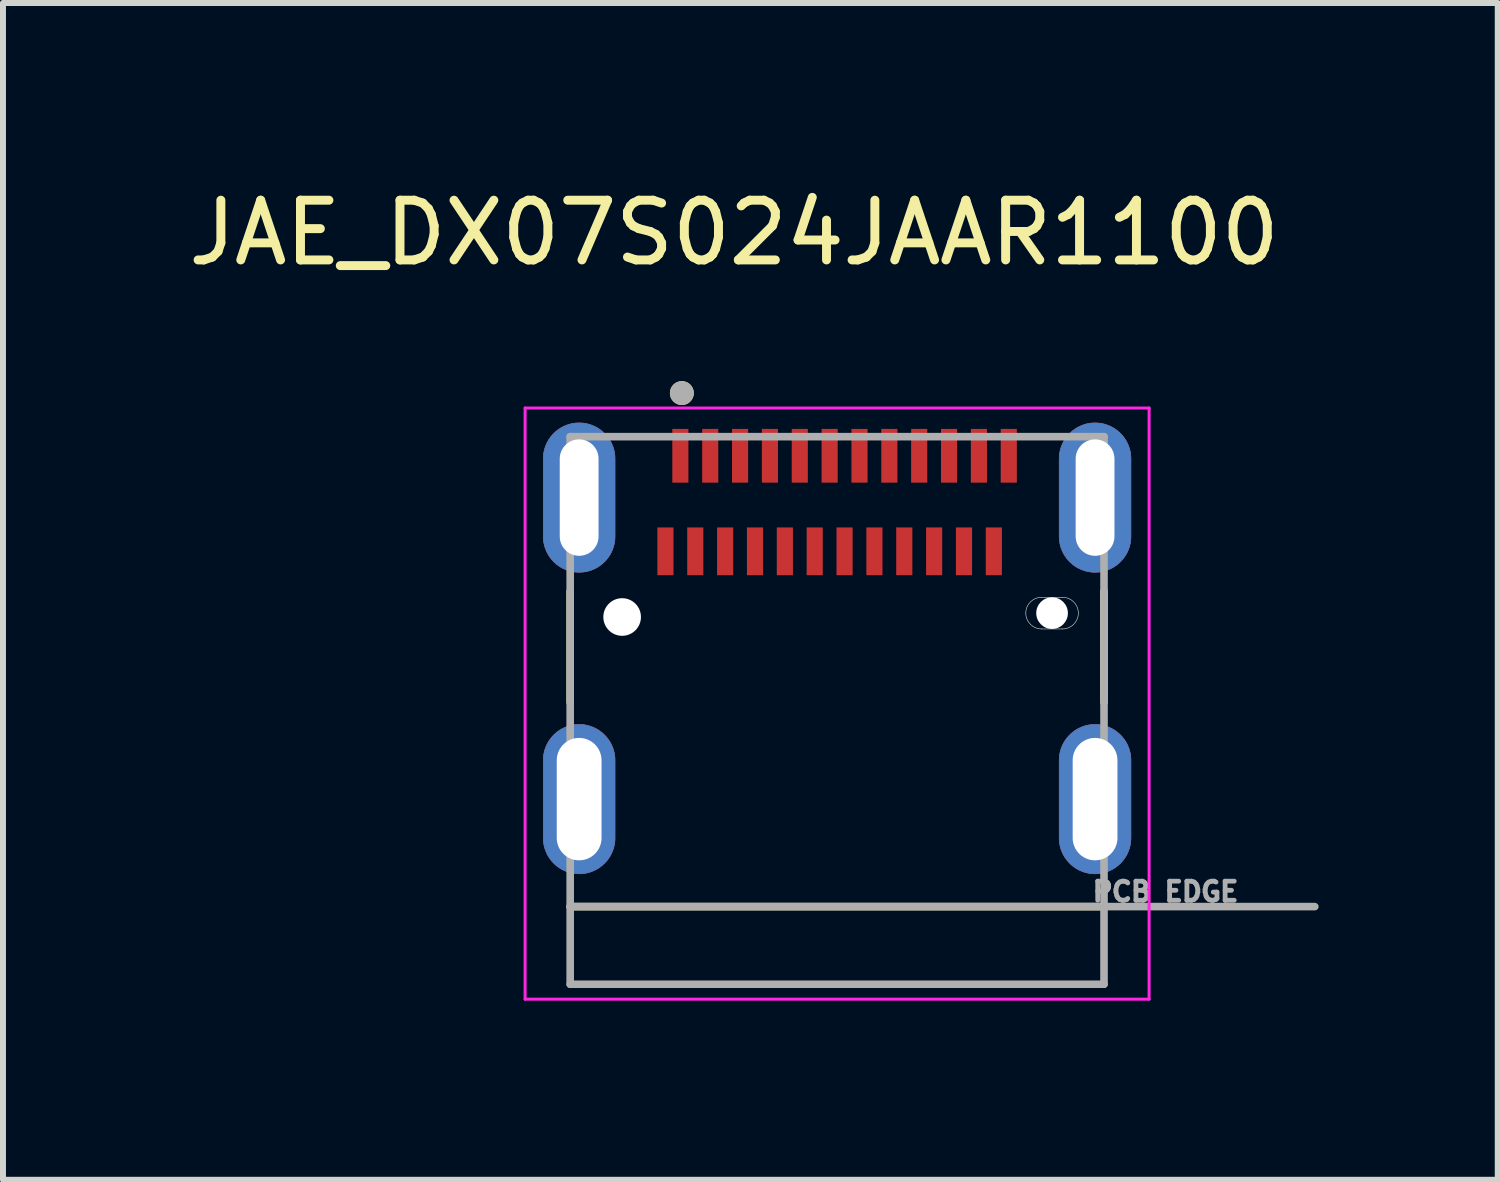
<source format=kicad_pcb>
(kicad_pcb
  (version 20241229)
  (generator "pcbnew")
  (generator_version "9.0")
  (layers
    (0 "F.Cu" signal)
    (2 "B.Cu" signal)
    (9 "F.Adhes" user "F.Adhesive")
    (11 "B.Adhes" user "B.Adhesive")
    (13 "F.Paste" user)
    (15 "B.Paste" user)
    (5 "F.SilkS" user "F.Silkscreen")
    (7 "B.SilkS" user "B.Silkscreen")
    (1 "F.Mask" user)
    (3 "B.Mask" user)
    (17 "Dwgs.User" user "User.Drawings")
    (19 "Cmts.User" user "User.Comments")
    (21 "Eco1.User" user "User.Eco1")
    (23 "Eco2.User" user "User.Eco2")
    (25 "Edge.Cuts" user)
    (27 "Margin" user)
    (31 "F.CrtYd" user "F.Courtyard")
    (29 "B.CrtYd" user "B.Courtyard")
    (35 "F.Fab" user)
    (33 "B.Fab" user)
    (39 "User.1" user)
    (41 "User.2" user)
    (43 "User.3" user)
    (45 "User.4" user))
  (footprint "JAE_DX07S024JAAR1100"
    (layer "F.Cu")
    (at 10.879 7.283)
    (property "Reference" "JAE_DX07S024JAAR1100" (at -1.635 -6.435 0) (layer "F.SilkS") (effects (font (size 1 1) (thickness 0.15))))
    (attr smd)
    (fp_poly (pts (xy -4.23 -3.25) (xy -4.199 -3.249) (xy -4.167 -3.247) (xy -4.136 -3.243) (xy -4.105 -3.237) (xy -4.075 -3.23) (xy -4.045 -3.221) (xy -4.015 -3.21) (xy -3.986 -3.198) (xy -3.958 -3.185) (xy -3.93 -3.17) (xy -3.903 -3.153) (xy -3.877 -3.135) (xy -3.852 -3.116) (xy -3.829 -3.096) (xy -3.806 -3.074) (xy -3.784 -3.051) (xy -3.764 -3.028) (xy -3.745 -3.003) (xy -3.727 -2.977) (xy -3.71 -2.95) (xy -3.695 -2.922) (xy -3.682 -2.894) (xy -3.67 -2.865) (xy -3.659 -2.835) (xy -3.65 -2.805) (xy -3.643 -2.775) (xy -3.637 -2.744) (xy -3.633 -2.713) (xy -3.631 -2.681) (xy -3.63 -2.65) (xy -3.63 -1.35) (xy -3.631 -1.319) (xy -3.633 -1.287) (xy -3.637 -1.256) (xy -3.643 -1.225) (xy -3.65 -1.195) (xy -3.659 -1.165) (xy -3.67 -1.135) (xy -3.682 -1.106) (xy -3.695 -1.078) (xy -3.71 -1.05) (xy -3.727 -1.023) (xy -3.745 -0.997) (xy -3.764 -0.972) (xy -3.784 -0.949) (xy -3.806 -0.926) (xy -3.829 -0.904) (xy -3.852 -0.884) (xy -3.877 -0.865) (xy -3.903 -0.847) (xy -3.93 -0.83) (xy -3.958 -0.815) (xy -3.986 -0.802) (xy -4.015 -0.79) (xy -4.045 -0.779) (xy -4.075 -0.77) (xy -4.105 -0.763) (xy -4.136 -0.757) (xy -4.167 -0.753) (xy -4.199 -0.751) (xy -4.23 -0.75) (xy -4.261 -0.751) (xy -4.293 -0.753) (xy -4.324 -0.757) (xy -4.355 -0.763) (xy -4.385 -0.77) (xy -4.415 -0.779) (xy -4.445 -0.79) (xy -4.474 -0.802) (xy -4.502 -0.815) (xy -4.53 -0.83) (xy -4.557 -0.847) (xy -4.583 -0.865) (xy -4.608 -0.884) (xy -4.631 -0.904) (xy -4.654 -0.926) (xy -4.676 -0.949) (xy -4.696 -0.972) (xy -4.715 -0.997) (xy -4.733 -1.023) (xy -4.75 -1.05) (xy -4.765 -1.078) (xy -4.778 -1.106) (xy -4.79 -1.135) (xy -4.801 -1.165) (xy -4.81 -1.195) (xy -4.817 -1.225) (xy -4.823 -1.256) (xy -4.827 -1.287) (xy -4.829 -1.319) (xy -4.83 -1.35) (xy -4.83 -2.65) (xy -4.829 -2.681) (xy -4.827 -2.713) (xy -4.823 -2.744) (xy -4.817 -2.775) (xy -4.81 -2.805) (xy -4.801 -2.835) (xy -4.79 -2.865) (xy -4.778 -2.894) (xy -4.765 -2.922) (xy -4.75 -2.95) (xy -4.733 -2.977) (xy -4.715 -3.003) (xy -4.696 -3.028) (xy -4.676 -3.051) (xy -4.654 -3.074) (xy -4.631 -3.096) (xy -4.608 -3.116) (xy -4.583 -3.135) (xy -4.557 -3.153) (xy -4.53 -3.17) (xy -4.502 -3.185) (xy -4.474 -3.198) (xy -4.445 -3.21) (xy -4.415 -3.221) (xy -4.385 -3.23) (xy -4.355 -3.237) (xy -4.324 -3.243) (xy -4.293 -3.247) (xy -4.261 -3.249) (xy -4.23 -3.25)) (stroke (width 0.01) (type solid)) (fill yes) (layer "F.Cu"))
    (fp_poly (pts (xy -4.23 1.8) (xy -4.199 1.801) (xy -4.167 1.803) (xy -4.136 1.807) (xy -4.105 1.813) (xy -4.075 1.82) (xy -4.045 1.829) (xy -4.015 1.84) (xy -3.986 1.852) (xy -3.958 1.865) (xy -3.93 1.88) (xy -3.903 1.897) (xy -3.877 1.915) (xy -3.852 1.934) (xy -3.829 1.954) (xy -3.806 1.976) (xy -3.784 1.999) (xy -3.764 2.022) (xy -3.745 2.047) (xy -3.727 2.073) (xy -3.71 2.1) (xy -3.695 2.128) (xy -3.682 2.156) (xy -3.67 2.185) (xy -3.659 2.215) (xy -3.65 2.245) (xy -3.643 2.275) (xy -3.637 2.306) (xy -3.633 2.337) (xy -3.631 2.369) (xy -3.63 2.4) (xy -3.63 3.7) (xy -3.631 3.731) (xy -3.633 3.763) (xy -3.637 3.794) (xy -3.643 3.825) (xy -3.65 3.855) (xy -3.659 3.885) (xy -3.67 3.915) (xy -3.682 3.944) (xy -3.695 3.972) (xy -3.71 4) (xy -3.727 4.027) (xy -3.745 4.053) (xy -3.764 4.078) (xy -3.784 4.101) (xy -3.806 4.124) (xy -3.829 4.146) (xy -3.852 4.166) (xy -3.877 4.185) (xy -3.903 4.203) (xy -3.93 4.22) (xy -3.958 4.235) (xy -3.986 4.248) (xy -4.015 4.26) (xy -4.045 4.271) (xy -4.075 4.28) (xy -4.105 4.287) (xy -4.136 4.293) (xy -4.167 4.297) (xy -4.199 4.299) (xy -4.23 4.3) (xy -4.261 4.299) (xy -4.293 4.297) (xy -4.324 4.293) (xy -4.355 4.287) (xy -4.385 4.28) (xy -4.415 4.271) (xy -4.445 4.26) (xy -4.474 4.248) (xy -4.502 4.235) (xy -4.53 4.22) (xy -4.557 4.203) (xy -4.583 4.185) (xy -4.608 4.166) (xy -4.631 4.146) (xy -4.654 4.124) (xy -4.676 4.101) (xy -4.696 4.078) (xy -4.715 4.053) (xy -4.733 4.027) (xy -4.75 4) (xy -4.765 3.972) (xy -4.778 3.944) (xy -4.79 3.915) (xy -4.801 3.885) (xy -4.81 3.855) (xy -4.817 3.825) (xy -4.823 3.794) (xy -4.827 3.763) (xy -4.829 3.731) (xy -4.83 3.7) (xy -4.83 2.4) (xy -4.829 2.369) (xy -4.827 2.337) (xy -4.823 2.306) (xy -4.817 2.275) (xy -4.81 2.245) (xy -4.801 2.215) (xy -4.79 2.185) (xy -4.778 2.156) (xy -4.765 2.128) (xy -4.75 2.1) (xy -4.733 2.073) (xy -4.715 2.047) (xy -4.696 2.022) (xy -4.676 1.999) (xy -4.654 1.976) (xy -4.631 1.954) (xy -4.608 1.934) (xy -4.583 1.915) (xy -4.557 1.897) (xy -4.53 1.88) (xy -4.502 1.865) (xy -4.474 1.852) (xy -4.445 1.84) (xy -4.415 1.829) (xy -4.385 1.82) (xy -4.355 1.813) (xy -4.324 1.807) (xy -4.293 1.803) (xy -4.261 1.801) (xy -4.23 1.8)) (stroke (width 0.01) (type solid)) (fill yes) (layer "F.Cu"))
    (fp_poly (pts (xy 4.41 -3.25) (xy 4.441 -3.249) (xy 4.473 -3.247) (xy 4.504 -3.243) (xy 4.535 -3.237) (xy 4.565 -3.23) (xy 4.595 -3.221) (xy 4.625 -3.21) (xy 4.654 -3.198) (xy 4.682 -3.185) (xy 4.71 -3.17) (xy 4.737 -3.153) (xy 4.763 -3.135) (xy 4.788 -3.116) (xy 4.811 -3.096) (xy 4.834 -3.074) (xy 4.856 -3.051) (xy 4.876 -3.028) (xy 4.895 -3.003) (xy 4.913 -2.977) (xy 4.93 -2.95) (xy 4.945 -2.922) (xy 4.958 -2.894) (xy 4.97 -2.865) (xy 4.981 -2.835) (xy 4.99 -2.805) (xy 4.997 -2.775) (xy 5.003 -2.744) (xy 5.007 -2.713) (xy 5.009 -2.681) (xy 5.01 -2.65) (xy 5.01 -1.35) (xy 5.009 -1.319) (xy 5.007 -1.287) (xy 5.003 -1.256) (xy 4.997 -1.225) (xy 4.99 -1.195) (xy 4.981 -1.165) (xy 4.97 -1.135) (xy 4.958 -1.106) (xy 4.945 -1.078) (xy 4.93 -1.05) (xy 4.913 -1.023) (xy 4.895 -0.997) (xy 4.876 -0.972) (xy 4.856 -0.949) (xy 4.834 -0.926) (xy 4.811 -0.904) (xy 4.788 -0.884) (xy 4.763 -0.865) (xy 4.737 -0.847) (xy 4.71 -0.83) (xy 4.682 -0.815) (xy 4.654 -0.802) (xy 4.625 -0.79) (xy 4.595 -0.779) (xy 4.565 -0.77) (xy 4.535 -0.763) (xy 4.504 -0.757) (xy 4.473 -0.753) (xy 4.441 -0.751) (xy 4.41 -0.75) (xy 4.379 -0.751) (xy 4.347 -0.753) (xy 4.316 -0.757) (xy 4.285 -0.763) (xy 4.255 -0.77) (xy 4.225 -0.779) (xy 4.195 -0.79) (xy 4.166 -0.802) (xy 4.138 -0.815) (xy 4.11 -0.83) (xy 4.083 -0.847) (xy 4.057 -0.865) (xy 4.032 -0.884) (xy 4.009 -0.904) (xy 3.986 -0.926) (xy 3.964 -0.949) (xy 3.944 -0.972) (xy 3.925 -0.997) (xy 3.907 -1.023) (xy 3.89 -1.05) (xy 3.875 -1.078) (xy 3.862 -1.106) (xy 3.85 -1.135) (xy 3.839 -1.165) (xy 3.83 -1.195) (xy 3.823 -1.225) (xy 3.817 -1.256) (xy 3.813 -1.287) (xy 3.811 -1.319) (xy 3.81 -1.35) (xy 3.81 -2.65) (xy 3.811 -2.681) (xy 3.813 -2.713) (xy 3.817 -2.744) (xy 3.823 -2.775) (xy 3.83 -2.805) (xy 3.839 -2.835) (xy 3.85 -2.865) (xy 3.862 -2.894) (xy 3.875 -2.922) (xy 3.89 -2.95) (xy 3.907 -2.977) (xy 3.925 -3.003) (xy 3.944 -3.028) (xy 3.964 -3.051) (xy 3.986 -3.074) (xy 4.009 -3.096) (xy 4.032 -3.116) (xy 4.057 -3.135) (xy 4.083 -3.153) (xy 4.11 -3.17) (xy 4.138 -3.185) (xy 4.166 -3.198) (xy 4.195 -3.21) (xy 4.225 -3.221) (xy 4.255 -3.23) (xy 4.285 -3.237) (xy 4.316 -3.243) (xy 4.347 -3.247) (xy 4.379 -3.249) (xy 4.41 -3.25)) (stroke (width 0.01) (type solid)) (fill yes) (layer "F.Cu"))
    (fp_poly (pts (xy 4.41 1.8) (xy 4.441 1.801) (xy 4.473 1.803) (xy 4.504 1.807) (xy 4.535 1.813) (xy 4.565 1.82) (xy 4.595 1.829) (xy 4.625 1.84) (xy 4.654 1.852) (xy 4.682 1.865) (xy 4.71 1.88) (xy 4.737 1.897) (xy 4.763 1.915) (xy 4.788 1.934) (xy 4.811 1.954) (xy 4.834 1.976) (xy 4.856 1.999) (xy 4.876 2.022) (xy 4.895 2.047) (xy 4.913 2.073) (xy 4.93 2.1) (xy 4.945 2.128) (xy 4.958 2.156) (xy 4.97 2.185) (xy 4.981 2.215) (xy 4.99 2.245) (xy 4.997 2.275) (xy 5.003 2.306) (xy 5.007 2.337) (xy 5.009 2.369) (xy 5.01 2.4) (xy 5.01 3.7) (xy 5.009 3.731) (xy 5.007 3.763) (xy 5.003 3.794) (xy 4.997 3.825) (xy 4.99 3.855) (xy 4.981 3.885) (xy 4.97 3.915) (xy 4.958 3.944) (xy 4.945 3.972) (xy 4.93 4) (xy 4.913 4.027) (xy 4.895 4.053) (xy 4.876 4.078) (xy 4.856 4.101) (xy 4.834 4.124) (xy 4.811 4.146) (xy 4.788 4.166) (xy 4.763 4.185) (xy 4.737 4.203) (xy 4.71 4.22) (xy 4.682 4.235) (xy 4.654 4.248) (xy 4.625 4.26) (xy 4.595 4.271) (xy 4.565 4.28) (xy 4.535 4.287) (xy 4.504 4.293) (xy 4.473 4.297) (xy 4.441 4.299) (xy 4.41 4.3) (xy 4.379 4.299) (xy 4.347 4.297) (xy 4.316 4.293) (xy 4.285 4.287) (xy 4.255 4.28) (xy 4.225 4.271) (xy 4.195 4.26) (xy 4.166 4.248) (xy 4.138 4.235) (xy 4.11 4.22) (xy 4.083 4.203) (xy 4.057 4.185) (xy 4.032 4.166) (xy 4.009 4.146) (xy 3.986 4.124) (xy 3.964 4.101) (xy 3.944 4.078) (xy 3.925 4.053) (xy 3.907 4.027) (xy 3.89 4) (xy 3.875 3.972) (xy 3.862 3.944) (xy 3.85 3.915) (xy 3.839 3.885) (xy 3.83 3.855) (xy 3.823 3.825) (xy 3.817 3.794) (xy 3.813 3.763) (xy 3.811 3.731) (xy 3.81 3.7) (xy 3.81 2.4) (xy 3.811 2.369) (xy 3.813 2.337) (xy 3.817 2.306) (xy 3.823 2.275) (xy 3.83 2.245) (xy 3.839 2.215) (xy 3.85 2.185) (xy 3.862 2.156) (xy 3.875 2.128) (xy 3.89 2.1) (xy 3.907 2.073) (xy 3.925 2.047) (xy 3.944 2.022) (xy 3.964 1.999) (xy 3.986 1.976) (xy 4.009 1.954) (xy 4.032 1.934) (xy 4.057 1.915) (xy 4.083 1.897) (xy 4.11 1.88) (xy 4.138 1.865) (xy 4.166 1.852) (xy 4.195 1.84) (xy 4.225 1.829) (xy 4.255 1.82) (xy 4.285 1.813) (xy 4.316 1.807) (xy 4.347 1.803) (xy 4.379 1.801) (xy 4.41 1.8)) (stroke (width 0.01) (type solid)) (fill yes) (layer "F.Cu"))
    (fp_poly (pts (xy -4.23 -3.35) (xy -4.193 -3.349) (xy -4.157 -3.346) (xy -4.12 -3.341) (xy -4.084 -3.335) (xy -4.049 -3.326) (xy -4.014 -3.316) (xy -3.979 -3.304) (xy -3.945 -3.289) (xy -3.912 -3.274) (xy -3.88 -3.256) (xy -3.849 -3.237) (xy -3.819 -3.216) (xy -3.789 -3.194) (xy -3.762 -3.17) (xy -3.735 -3.145) (xy -3.71 -3.118) (xy -3.686 -3.091) (xy -3.664 -3.061) (xy -3.643 -3.031) (xy -3.624 -3) (xy -3.606 -2.968) (xy -3.591 -2.935) (xy -3.576 -2.901) (xy -3.564 -2.866) (xy -3.554 -2.831) (xy -3.545 -2.796) (xy -3.539 -2.76) (xy -3.534 -2.723) (xy -3.531 -2.687) (xy -3.53 -2.65) (xy -3.53 -1.35) (xy -3.531 -1.313) (xy -3.534 -1.277) (xy -3.539 -1.24) (xy -3.545 -1.204) (xy -3.554 -1.169) (xy -3.564 -1.134) (xy -3.576 -1.099) (xy -3.591 -1.065) (xy -3.606 -1.032) (xy -3.624 -1) (xy -3.643 -0.969) (xy -3.664 -0.939) (xy -3.686 -0.909) (xy -3.71 -0.882) (xy -3.735 -0.855) (xy -3.762 -0.83) (xy -3.789 -0.806) (xy -3.819 -0.784) (xy -3.849 -0.763) (xy -3.88 -0.744) (xy -3.912 -0.726) (xy -3.945 -0.711) (xy -3.979 -0.696) (xy -4.014 -0.684) (xy -4.049 -0.674) (xy -4.084 -0.665) (xy -4.12 -0.659) (xy -4.157 -0.654) (xy -4.193 -0.651) (xy -4.23 -0.65) (xy -4.267 -0.651) (xy -4.303 -0.654) (xy -4.34 -0.659) (xy -4.376 -0.665) (xy -4.411 -0.674) (xy -4.446 -0.684) (xy -4.481 -0.696) (xy -4.515 -0.711) (xy -4.548 -0.726) (xy -4.58 -0.744) (xy -4.611 -0.763) (xy -4.641 -0.784) (xy -4.671 -0.806) (xy -4.698 -0.83) (xy -4.725 -0.855) (xy -4.75 -0.882) (xy -4.774 -0.909) (xy -4.796 -0.939) (xy -4.817 -0.969) (xy -4.836 -1) (xy -4.854 -1.032) (xy -4.869 -1.065) (xy -4.884 -1.099) (xy -4.896 -1.134) (xy -4.906 -1.169) (xy -4.915 -1.204) (xy -4.921 -1.24) (xy -4.926 -1.277) (xy -4.929 -1.313) (xy -4.93 -1.35) (xy -4.93 -2.65) (xy -4.929 -2.687) (xy -4.926 -2.723) (xy -4.921 -2.76) (xy -4.915 -2.796) (xy -4.906 -2.831) (xy -4.896 -2.866) (xy -4.884 -2.901) (xy -4.869 -2.935) (xy -4.854 -2.968) (xy -4.836 -3) (xy -4.817 -3.031) (xy -4.796 -3.061) (xy -4.774 -3.091) (xy -4.75 -3.118) (xy -4.725 -3.145) (xy -4.698 -3.17) (xy -4.671 -3.194) (xy -4.641 -3.216) (xy -4.611 -3.237) (xy -4.58 -3.256) (xy -4.548 -3.274) (xy -4.515 -3.289) (xy -4.481 -3.304) (xy -4.446 -3.316) (xy -4.411 -3.326) (xy -4.376 -3.335) (xy -4.34 -3.341) (xy -4.303 -3.346) (xy -4.267 -3.349) (xy -4.23 -3.35)) (stroke (width 0.01) (type solid)) (fill yes) (layer "F.Mask"))
    (fp_poly (pts (xy -4.23 1.7) (xy -4.193 1.701) (xy -4.157 1.704) (xy -4.12 1.709) (xy -4.084 1.715) (xy -4.049 1.724) (xy -4.014 1.734) (xy -3.979 1.746) (xy -3.945 1.761) (xy -3.912 1.776) (xy -3.88 1.794) (xy -3.849 1.813) (xy -3.819 1.834) (xy -3.789 1.856) (xy -3.762 1.88) (xy -3.735 1.905) (xy -3.71 1.932) (xy -3.686 1.959) (xy -3.664 1.989) (xy -3.643 2.019) (xy -3.624 2.05) (xy -3.606 2.082) (xy -3.591 2.115) (xy -3.576 2.149) (xy -3.564 2.184) (xy -3.554 2.219) (xy -3.545 2.254) (xy -3.539 2.29) (xy -3.534 2.327) (xy -3.531 2.363) (xy -3.53 2.4) (xy -3.53 3.7) (xy -3.531 3.737) (xy -3.534 3.773) (xy -3.539 3.81) (xy -3.545 3.846) (xy -3.554 3.881) (xy -3.564 3.916) (xy -3.576 3.951) (xy -3.591 3.985) (xy -3.606 4.018) (xy -3.624 4.05) (xy -3.643 4.081) (xy -3.664 4.111) (xy -3.686 4.141) (xy -3.71 4.168) (xy -3.735 4.195) (xy -3.762 4.22) (xy -3.789 4.244) (xy -3.819 4.266) (xy -3.849 4.287) (xy -3.88 4.306) (xy -3.912 4.324) (xy -3.945 4.339) (xy -3.979 4.354) (xy -4.014 4.366) (xy -4.049 4.376) (xy -4.084 4.385) (xy -4.12 4.391) (xy -4.157 4.396) (xy -4.193 4.399) (xy -4.23 4.4) (xy -4.267 4.399) (xy -4.303 4.396) (xy -4.34 4.391) (xy -4.376 4.385) (xy -4.411 4.376) (xy -4.446 4.366) (xy -4.481 4.354) (xy -4.515 4.339) (xy -4.548 4.324) (xy -4.58 4.306) (xy -4.611 4.287) (xy -4.641 4.266) (xy -4.671 4.244) (xy -4.698 4.22) (xy -4.725 4.195) (xy -4.75 4.168) (xy -4.774 4.141) (xy -4.796 4.111) (xy -4.817 4.081) (xy -4.836 4.05) (xy -4.854 4.018) (xy -4.869 3.985) (xy -4.884 3.951) (xy -4.896 3.916) (xy -4.906 3.881) (xy -4.915 3.846) (xy -4.921 3.81) (xy -4.926 3.773) (xy -4.929 3.737) (xy -4.93 3.7) (xy -4.93 2.4) (xy -4.929 2.363) (xy -4.926 2.327) (xy -4.921 2.29) (xy -4.915 2.254) (xy -4.906 2.219) (xy -4.896 2.184) (xy -4.884 2.149) (xy -4.869 2.115) (xy -4.854 2.082) (xy -4.836 2.05) (xy -4.817 2.019) (xy -4.796 1.989) (xy -4.774 1.959) (xy -4.75 1.932) (xy -4.725 1.905) (xy -4.698 1.88) (xy -4.671 1.856) (xy -4.641 1.834) (xy -4.611 1.813) (xy -4.58 1.794) (xy -4.548 1.776) (xy -4.515 1.761) (xy -4.481 1.746) (xy -4.446 1.734) (xy -4.411 1.724) (xy -4.376 1.715) (xy -4.34 1.709) (xy -4.303 1.704) (xy -4.267 1.701) (xy -4.23 1.7)) (stroke (width 0.01) (type solid)) (fill yes) (layer "F.Mask"))
    (fp_poly (pts (xy 4.41 -3.35) (xy 4.447 -3.349) (xy 4.483 -3.346) (xy 4.52 -3.341) (xy 4.556 -3.335) (xy 4.591 -3.326) (xy 4.626 -3.316) (xy 4.661 -3.304) (xy 4.695 -3.289) (xy 4.728 -3.274) (xy 4.76 -3.256) (xy 4.791 -3.237) (xy 4.821 -3.216) (xy 4.851 -3.194) (xy 4.878 -3.17) (xy 4.905 -3.145) (xy 4.93 -3.118) (xy 4.954 -3.091) (xy 4.976 -3.061) (xy 4.997 -3.031) (xy 5.016 -3) (xy 5.034 -2.968) (xy 5.049 -2.935) (xy 5.064 -2.901) (xy 5.076 -2.866) (xy 5.086 -2.831) (xy 5.095 -2.796) (xy 5.101 -2.76) (xy 5.106 -2.723) (xy 5.109 -2.687) (xy 5.11 -2.65) (xy 5.11 -1.35) (xy 5.109 -1.313) (xy 5.106 -1.277) (xy 5.101 -1.24) (xy 5.095 -1.204) (xy 5.086 -1.169) (xy 5.076 -1.134) (xy 5.064 -1.099) (xy 5.049 -1.065) (xy 5.034 -1.032) (xy 5.016 -1) (xy 4.997 -0.969) (xy 4.976 -0.939) (xy 4.954 -0.909) (xy 4.93 -0.882) (xy 4.905 -0.855) (xy 4.878 -0.83) (xy 4.851 -0.806) (xy 4.821 -0.784) (xy 4.791 -0.763) (xy 4.76 -0.744) (xy 4.728 -0.726) (xy 4.695 -0.711) (xy 4.661 -0.696) (xy 4.626 -0.684) (xy 4.591 -0.674) (xy 4.556 -0.665) (xy 4.52 -0.659) (xy 4.483 -0.654) (xy 4.447 -0.651) (xy 4.41 -0.65) (xy 4.373 -0.651) (xy 4.337 -0.654) (xy 4.3 -0.659) (xy 4.264 -0.665) (xy 4.229 -0.674) (xy 4.194 -0.684) (xy 4.159 -0.696) (xy 4.125 -0.711) (xy 4.092 -0.726) (xy 4.06 -0.744) (xy 4.029 -0.763) (xy 3.999 -0.784) (xy 3.969 -0.806) (xy 3.942 -0.83) (xy 3.915 -0.855) (xy 3.89 -0.882) (xy 3.866 -0.909) (xy 3.844 -0.939) (xy 3.823 -0.969) (xy 3.804 -1) (xy 3.786 -1.032) (xy 3.771 -1.065) (xy 3.756 -1.099) (xy 3.744 -1.134) (xy 3.734 -1.169) (xy 3.725 -1.204) (xy 3.719 -1.24) (xy 3.714 -1.277) (xy 3.711 -1.313) (xy 3.71 -1.35) (xy 3.71 -2.65) (xy 3.711 -2.687) (xy 3.714 -2.723) (xy 3.719 -2.76) (xy 3.725 -2.796) (xy 3.734 -2.831) (xy 3.744 -2.866) (xy 3.756 -2.901) (xy 3.771 -2.935) (xy 3.786 -2.968) (xy 3.804 -3) (xy 3.823 -3.031) (xy 3.844 -3.061) (xy 3.866 -3.091) (xy 3.89 -3.118) (xy 3.915 -3.145) (xy 3.942 -3.17) (xy 3.969 -3.194) (xy 3.999 -3.216) (xy 4.029 -3.237) (xy 4.06 -3.256) (xy 4.092 -3.274) (xy 4.125 -3.289) (xy 4.159 -3.304) (xy 4.194 -3.316) (xy 4.229 -3.326) (xy 4.264 -3.335) (xy 4.3 -3.341) (xy 4.337 -3.346) (xy 4.373 -3.349) (xy 4.41 -3.35)) (stroke (width 0.01) (type solid)) (fill yes) (layer "F.Mask"))
    (fp_poly (pts (xy 4.41 1.7) (xy 4.447 1.701) (xy 4.483 1.704) (xy 4.52 1.709) (xy 4.556 1.715) (xy 4.591 1.724) (xy 4.626 1.734) (xy 4.661 1.746) (xy 4.695 1.761) (xy 4.728 1.776) (xy 4.76 1.794) (xy 4.791 1.813) (xy 4.821 1.834) (xy 4.851 1.856) (xy 4.878 1.88) (xy 4.905 1.905) (xy 4.93 1.932) (xy 4.954 1.959) (xy 4.976 1.989) (xy 4.997 2.019) (xy 5.016 2.05) (xy 5.034 2.082) (xy 5.049 2.115) (xy 5.064 2.149) (xy 5.076 2.184) (xy 5.086 2.219) (xy 5.095 2.254) (xy 5.101 2.29) (xy 5.106 2.327) (xy 5.109 2.363) (xy 5.11 2.4) (xy 5.11 3.7) (xy 5.109 3.737) (xy 5.106 3.773) (xy 5.101 3.81) (xy 5.095 3.846) (xy 5.086 3.881) (xy 5.076 3.916) (xy 5.064 3.951) (xy 5.049 3.985) (xy 5.034 4.018) (xy 5.016 4.05) (xy 4.997 4.081) (xy 4.976 4.111) (xy 4.954 4.141) (xy 4.93 4.168) (xy 4.905 4.195) (xy 4.878 4.22) (xy 4.851 4.244) (xy 4.821 4.266) (xy 4.791 4.287) (xy 4.76 4.306) (xy 4.728 4.324) (xy 4.695 4.339) (xy 4.661 4.354) (xy 4.626 4.366) (xy 4.591 4.376) (xy 4.556 4.385) (xy 4.52 4.391) (xy 4.483 4.396) (xy 4.447 4.399) (xy 4.41 4.4) (xy 4.373 4.399) (xy 4.337 4.396) (xy 4.3 4.391) (xy 4.264 4.385) (xy 4.229 4.376) (xy 4.194 4.366) (xy 4.159 4.354) (xy 4.125 4.339) (xy 4.092 4.324) (xy 4.06 4.306) (xy 4.029 4.287) (xy 3.999 4.266) (xy 3.969 4.244) (xy 3.942 4.22) (xy 3.915 4.195) (xy 3.89 4.168) (xy 3.866 4.141) (xy 3.844 4.111) (xy 3.823 4.081) (xy 3.804 4.05) (xy 3.786 4.018) (xy 3.771 3.985) (xy 3.756 3.951) (xy 3.744 3.916) (xy 3.734 3.881) (xy 3.725 3.846) (xy 3.719 3.81) (xy 3.714 3.773) (xy 3.711 3.737) (xy 3.71 3.7) (xy 3.71 2.4) (xy 3.711 2.363) (xy 3.714 2.327) (xy 3.719 2.29) (xy 3.725 2.254) (xy 3.734 2.219) (xy 3.744 2.184) (xy 3.756 2.149) (xy 3.771 2.115) (xy 3.786 2.082) (xy 3.804 2.05) (xy 3.823 2.019) (xy 3.844 1.989) (xy 3.866 1.959) (xy 3.89 1.932) (xy 3.915 1.905) (xy 3.942 1.88) (xy 3.969 1.856) (xy 3.999 1.834) (xy 4.029 1.813) (xy 4.06 1.794) (xy 4.092 1.776) (xy 4.125 1.761) (xy 4.159 1.746) (xy 4.194 1.734) (xy 4.229 1.724) (xy 4.264 1.715) (xy 4.3 1.709) (xy 4.337 1.704) (xy 4.373 1.701) (xy 4.41 1.7)) (stroke (width 0.01) (type solid)) (fill yes) (layer "F.Mask"))
    (fp_poly (pts (xy -4.23 -3.25) (xy -4.199 -3.249) (xy -4.167 -3.247) (xy -4.136 -3.243) (xy -4.105 -3.237) (xy -4.075 -3.23) (xy -4.045 -3.221) (xy -4.015 -3.21) (xy -3.986 -3.198) (xy -3.958 -3.185) (xy -3.93 -3.17) (xy -3.903 -3.153) (xy -3.877 -3.135) (xy -3.852 -3.116) (xy -3.829 -3.096) (xy -3.806 -3.074) (xy -3.784 -3.051) (xy -3.764 -3.028) (xy -3.745 -3.003) (xy -3.727 -2.977) (xy -3.71 -2.95) (xy -3.695 -2.922) (xy -3.682 -2.894) (xy -3.67 -2.865) (xy -3.659 -2.835) (xy -3.65 -2.805) (xy -3.643 -2.775) (xy -3.637 -2.744) (xy -3.633 -2.713) (xy -3.631 -2.681) (xy -3.63 -2.65) (xy -3.63 -1.35) (xy -3.631 -1.319) (xy -3.633 -1.287) (xy -3.637 -1.256) (xy -3.643 -1.225) (xy -3.65 -1.195) (xy -3.659 -1.165) (xy -3.67 -1.135) (xy -3.682 -1.106) (xy -3.695 -1.078) (xy -3.71 -1.05) (xy -3.727 -1.023) (xy -3.745 -0.997) (xy -3.764 -0.972) (xy -3.784 -0.949) (xy -3.806 -0.926) (xy -3.829 -0.904) (xy -3.852 -0.884) (xy -3.877 -0.865) (xy -3.903 -0.847) (xy -3.93 -0.83) (xy -3.958 -0.815) (xy -3.986 -0.802) (xy -4.015 -0.79) (xy -4.045 -0.779) (xy -4.075 -0.77) (xy -4.105 -0.763) (xy -4.136 -0.757) (xy -4.167 -0.753) (xy -4.199 -0.751) (xy -4.23 -0.75) (xy -4.261 -0.751) (xy -4.293 -0.753) (xy -4.324 -0.757) (xy -4.355 -0.763) (xy -4.385 -0.77) (xy -4.415 -0.779) (xy -4.445 -0.79) (xy -4.474 -0.802) (xy -4.502 -0.815) (xy -4.53 -0.83) (xy -4.557 -0.847) (xy -4.583 -0.865) (xy -4.608 -0.884) (xy -4.631 -0.904) (xy -4.654 -0.926) (xy -4.676 -0.949) (xy -4.696 -0.972) (xy -4.715 -0.997) (xy -4.733 -1.023) (xy -4.75 -1.05) (xy -4.765 -1.078) (xy -4.778 -1.106) (xy -4.79 -1.135) (xy -4.801 -1.165) (xy -4.81 -1.195) (xy -4.817 -1.225) (xy -4.823 -1.256) (xy -4.827 -1.287) (xy -4.829 -1.319) (xy -4.83 -1.35) (xy -4.83 -2.65) (xy -4.829 -2.681) (xy -4.827 -2.713) (xy -4.823 -2.744) (xy -4.817 -2.775) (xy -4.81 -2.805) (xy -4.801 -2.835) (xy -4.79 -2.865) (xy -4.778 -2.894) (xy -4.765 -2.922) (xy -4.75 -2.95) (xy -4.733 -2.977) (xy -4.715 -3.003) (xy -4.696 -3.028) (xy -4.676 -3.051) (xy -4.654 -3.074) (xy -4.631 -3.096) (xy -4.608 -3.116) (xy -4.583 -3.135) (xy -4.557 -3.153) (xy -4.53 -3.17) (xy -4.502 -3.185) (xy -4.474 -3.198) (xy -4.445 -3.21) (xy -4.415 -3.221) (xy -4.385 -3.23) (xy -4.355 -3.237) (xy -4.324 -3.243) (xy -4.293 -3.247) (xy -4.261 -3.249) (xy -4.23 -3.25)) (stroke (width 0.01) (type solid)) (fill yes) (layer "B.Cu"))
    (fp_poly (pts (xy -4.23 1.8) (xy -4.199 1.801) (xy -4.167 1.803) (xy -4.136 1.807) (xy -4.105 1.813) (xy -4.075 1.82) (xy -4.045 1.829) (xy -4.015 1.84) (xy -3.986 1.852) (xy -3.958 1.865) (xy -3.93 1.88) (xy -3.903 1.897) (xy -3.877 1.915) (xy -3.852 1.934) (xy -3.829 1.954) (xy -3.806 1.976) (xy -3.784 1.999) (xy -3.764 2.022) (xy -3.745 2.047) (xy -3.727 2.073) (xy -3.71 2.1) (xy -3.695 2.128) (xy -3.682 2.156) (xy -3.67 2.185) (xy -3.659 2.215) (xy -3.65 2.245) (xy -3.643 2.275) (xy -3.637 2.306) (xy -3.633 2.337) (xy -3.631 2.369) (xy -3.63 2.4) (xy -3.63 3.7) (xy -3.631 3.731) (xy -3.633 3.763) (xy -3.637 3.794) (xy -3.643 3.825) (xy -3.65 3.855) (xy -3.659 3.885) (xy -3.67 3.915) (xy -3.682 3.944) (xy -3.695 3.972) (xy -3.71 4) (xy -3.727 4.027) (xy -3.745 4.053) (xy -3.764 4.078) (xy -3.784 4.101) (xy -3.806 4.124) (xy -3.829 4.146) (xy -3.852 4.166) (xy -3.877 4.185) (xy -3.903 4.203) (xy -3.93 4.22) (xy -3.958 4.235) (xy -3.986 4.248) (xy -4.015 4.26) (xy -4.045 4.271) (xy -4.075 4.28) (xy -4.105 4.287) (xy -4.136 4.293) (xy -4.167 4.297) (xy -4.199 4.299) (xy -4.23 4.3) (xy -4.261 4.299) (xy -4.293 4.297) (xy -4.324 4.293) (xy -4.355 4.287) (xy -4.385 4.28) (xy -4.415 4.271) (xy -4.445 4.26) (xy -4.474 4.248) (xy -4.502 4.235) (xy -4.53 4.22) (xy -4.557 4.203) (xy -4.583 4.185) (xy -4.608 4.166) (xy -4.631 4.146) (xy -4.654 4.124) (xy -4.676 4.101) (xy -4.696 4.078) (xy -4.715 4.053) (xy -4.733 4.027) (xy -4.75 4) (xy -4.765 3.972) (xy -4.778 3.944) (xy -4.79 3.915) (xy -4.801 3.885) (xy -4.81 3.855) (xy -4.817 3.825) (xy -4.823 3.794) (xy -4.827 3.763) (xy -4.829 3.731) (xy -4.83 3.7) (xy -4.83 2.4) (xy -4.829 2.369) (xy -4.827 2.337) (xy -4.823 2.306) (xy -4.817 2.275) (xy -4.81 2.245) (xy -4.801 2.215) (xy -4.79 2.185) (xy -4.778 2.156) (xy -4.765 2.128) (xy -4.75 2.1) (xy -4.733 2.073) (xy -4.715 2.047) (xy -4.696 2.022) (xy -4.676 1.999) (xy -4.654 1.976) (xy -4.631 1.954) (xy -4.608 1.934) (xy -4.583 1.915) (xy -4.557 1.897) (xy -4.53 1.88) (xy -4.502 1.865) (xy -4.474 1.852) (xy -4.445 1.84) (xy -4.415 1.829) (xy -4.385 1.82) (xy -4.355 1.813) (xy -4.324 1.807) (xy -4.293 1.803) (xy -4.261 1.801) (xy -4.23 1.8)) (stroke (width 0.01) (type solid)) (fill yes) (layer "B.Cu"))
    (fp_poly (pts (xy 4.41 -3.25) (xy 4.441 -3.249) (xy 4.473 -3.247) (xy 4.504 -3.243) (xy 4.535 -3.237) (xy 4.565 -3.23) (xy 4.595 -3.221) (xy 4.625 -3.21) (xy 4.654 -3.198) (xy 4.682 -3.185) (xy 4.71 -3.17) (xy 4.737 -3.153) (xy 4.763 -3.135) (xy 4.788 -3.116) (xy 4.811 -3.096) (xy 4.834 -3.074) (xy 4.856 -3.051) (xy 4.876 -3.028) (xy 4.895 -3.003) (xy 4.913 -2.977) (xy 4.93 -2.95) (xy 4.945 -2.922) (xy 4.958 -2.894) (xy 4.97 -2.865) (xy 4.981 -2.835) (xy 4.99 -2.805) (xy 4.997 -2.775) (xy 5.003 -2.744) (xy 5.007 -2.713) (xy 5.009 -2.681) (xy 5.01 -2.65) (xy 5.01 -1.35) (xy 5.009 -1.319) (xy 5.007 -1.287) (xy 5.003 -1.256) (xy 4.997 -1.225) (xy 4.99 -1.195) (xy 4.981 -1.165) (xy 4.97 -1.135) (xy 4.958 -1.106) (xy 4.945 -1.078) (xy 4.93 -1.05) (xy 4.913 -1.023) (xy 4.895 -0.997) (xy 4.876 -0.972) (xy 4.856 -0.949) (xy 4.834 -0.926) (xy 4.811 -0.904) (xy 4.788 -0.884) (xy 4.763 -0.865) (xy 4.737 -0.847) (xy 4.71 -0.83) (xy 4.682 -0.815) (xy 4.654 -0.802) (xy 4.625 -0.79) (xy 4.595 -0.779) (xy 4.565 -0.77) (xy 4.535 -0.763) (xy 4.504 -0.757) (xy 4.473 -0.753) (xy 4.441 -0.751) (xy 4.41 -0.75) (xy 4.379 -0.751) (xy 4.347 -0.753) (xy 4.316 -0.757) (xy 4.285 -0.763) (xy 4.255 -0.77) (xy 4.225 -0.779) (xy 4.195 -0.79) (xy 4.166 -0.802) (xy 4.138 -0.815) (xy 4.11 -0.83) (xy 4.083 -0.847) (xy 4.057 -0.865) (xy 4.032 -0.884) (xy 4.009 -0.904) (xy 3.986 -0.926) (xy 3.964 -0.949) (xy 3.944 -0.972) (xy 3.925 -0.997) (xy 3.907 -1.023) (xy 3.89 -1.05) (xy 3.875 -1.078) (xy 3.862 -1.106) (xy 3.85 -1.135) (xy 3.839 -1.165) (xy 3.83 -1.195) (xy 3.823 -1.225) (xy 3.817 -1.256) (xy 3.813 -1.287) (xy 3.811 -1.319) (xy 3.81 -1.35) (xy 3.81 -2.65) (xy 3.811 -2.681) (xy 3.813 -2.713) (xy 3.817 -2.744) (xy 3.823 -2.775) (xy 3.83 -2.805) (xy 3.839 -2.835) (xy 3.85 -2.865) (xy 3.862 -2.894) (xy 3.875 -2.922) (xy 3.89 -2.95) (xy 3.907 -2.977) (xy 3.925 -3.003) (xy 3.944 -3.028) (xy 3.964 -3.051) (xy 3.986 -3.074) (xy 4.009 -3.096) (xy 4.032 -3.116) (xy 4.057 -3.135) (xy 4.083 -3.153) (xy 4.11 -3.17) (xy 4.138 -3.185) (xy 4.166 -3.198) (xy 4.195 -3.21) (xy 4.225 -3.221) (xy 4.255 -3.23) (xy 4.285 -3.237) (xy 4.316 -3.243) (xy 4.347 -3.247) (xy 4.379 -3.249) (xy 4.41 -3.25)) (stroke (width 0.01) (type solid)) (fill yes) (layer "B.Cu"))
    (fp_poly (pts (xy 4.41 1.8) (xy 4.441 1.801) (xy 4.473 1.803) (xy 4.504 1.807) (xy 4.535 1.813) (xy 4.565 1.82) (xy 4.595 1.829) (xy 4.625 1.84) (xy 4.654 1.852) (xy 4.682 1.865) (xy 4.71 1.88) (xy 4.737 1.897) (xy 4.763 1.915) (xy 4.788 1.934) (xy 4.811 1.954) (xy 4.834 1.976) (xy 4.856 1.999) (xy 4.876 2.022) (xy 4.895 2.047) (xy 4.913 2.073) (xy 4.93 2.1) (xy 4.945 2.128) (xy 4.958 2.156) (xy 4.97 2.185) (xy 4.981 2.215) (xy 4.99 2.245) (xy 4.997 2.275) (xy 5.003 2.306) (xy 5.007 2.337) (xy 5.009 2.369) (xy 5.01 2.4) (xy 5.01 3.7) (xy 5.009 3.731) (xy 5.007 3.763) (xy 5.003 3.794) (xy 4.997 3.825) (xy 4.99 3.855) (xy 4.981 3.885) (xy 4.97 3.915) (xy 4.958 3.944) (xy 4.945 3.972) (xy 4.93 4) (xy 4.913 4.027) (xy 4.895 4.053) (xy 4.876 4.078) (xy 4.856 4.101) (xy 4.834 4.124) (xy 4.811 4.146) (xy 4.788 4.166) (xy 4.763 4.185) (xy 4.737 4.203) (xy 4.71 4.22) (xy 4.682 4.235) (xy 4.654 4.248) (xy 4.625 4.26) (xy 4.595 4.271) (xy 4.565 4.28) (xy 4.535 4.287) (xy 4.504 4.293) (xy 4.473 4.297) (xy 4.441 4.299) (xy 4.41 4.3) (xy 4.379 4.299) (xy 4.347 4.297) (xy 4.316 4.293) (xy 4.285 4.287) (xy 4.255 4.28) (xy 4.225 4.271) (xy 4.195 4.26) (xy 4.166 4.248) (xy 4.138 4.235) (xy 4.11 4.22) (xy 4.083 4.203) (xy 4.057 4.185) (xy 4.032 4.166) (xy 4.009 4.146) (xy 3.986 4.124) (xy 3.964 4.101) (xy 3.944 4.078) (xy 3.925 4.053) (xy 3.907 4.027) (xy 3.89 4) (xy 3.875 3.972) (xy 3.862 3.944) (xy 3.85 3.915) (xy 3.839 3.885) (xy 3.83 3.855) (xy 3.823 3.825) (xy 3.817 3.794) (xy 3.813 3.763) (xy 3.811 3.731) (xy 3.81 3.7) (xy 3.81 2.4) (xy 3.811 2.369) (xy 3.813 2.337) (xy 3.817 2.306) (xy 3.823 2.275) (xy 3.83 2.245) (xy 3.839 2.215) (xy 3.85 2.185) (xy 3.862 2.156) (xy 3.875 2.128) (xy 3.89 2.1) (xy 3.907 2.073) (xy 3.925 2.047) (xy 3.944 2.022) (xy 3.964 1.999) (xy 3.986 1.976) (xy 4.009 1.954) (xy 4.032 1.934) (xy 4.057 1.915) (xy 4.083 1.897) (xy 4.11 1.88) (xy 4.138 1.865) (xy 4.166 1.852) (xy 4.195 1.84) (xy 4.225 1.829) (xy 4.255 1.82) (xy 4.285 1.813) (xy 4.316 1.807) (xy 4.347 1.803) (xy 4.379 1.801) (xy 4.41 1.8)) (stroke (width 0.01) (type solid)) (fill yes) (layer "B.Cu"))
    (fp_poly (pts (xy -4.23 -3.35) (xy -4.193 -3.349) (xy -4.157 -3.346) (xy -4.12 -3.341) (xy -4.084 -3.335) (xy -4.049 -3.326) (xy -4.014 -3.316) (xy -3.979 -3.304) (xy -3.945 -3.289) (xy -3.912 -3.274) (xy -3.88 -3.256) (xy -3.849 -3.237) (xy -3.819 -3.216) (xy -3.789 -3.194) (xy -3.762 -3.17) (xy -3.735 -3.145) (xy -3.71 -3.118) (xy -3.686 -3.091) (xy -3.664 -3.061) (xy -3.643 -3.031) (xy -3.624 -3) (xy -3.606 -2.968) (xy -3.591 -2.935) (xy -3.576 -2.901) (xy -3.564 -2.866) (xy -3.554 -2.831) (xy -3.545 -2.796) (xy -3.539 -2.76) (xy -3.534 -2.723) (xy -3.531 -2.687) (xy -3.53 -2.65) (xy -3.53 -1.35) (xy -3.531 -1.313) (xy -3.534 -1.277) (xy -3.539 -1.24) (xy -3.545 -1.204) (xy -3.554 -1.169) (xy -3.564 -1.134) (xy -3.576 -1.099) (xy -3.591 -1.065) (xy -3.606 -1.032) (xy -3.624 -1) (xy -3.643 -0.969) (xy -3.664 -0.939) (xy -3.686 -0.909) (xy -3.71 -0.882) (xy -3.735 -0.855) (xy -3.762 -0.83) (xy -3.789 -0.806) (xy -3.819 -0.784) (xy -3.849 -0.763) (xy -3.88 -0.744) (xy -3.912 -0.726) (xy -3.945 -0.711) (xy -3.979 -0.696) (xy -4.014 -0.684) (xy -4.049 -0.674) (xy -4.084 -0.665) (xy -4.12 -0.659) (xy -4.157 -0.654) (xy -4.193 -0.651) (xy -4.23 -0.65) (xy -4.267 -0.651) (xy -4.303 -0.654) (xy -4.34 -0.659) (xy -4.376 -0.665) (xy -4.411 -0.674) (xy -4.446 -0.684) (xy -4.481 -0.696) (xy -4.515 -0.711) (xy -4.548 -0.726) (xy -4.58 -0.744) (xy -4.611 -0.763) (xy -4.641 -0.784) (xy -4.671 -0.806) (xy -4.698 -0.83) (xy -4.725 -0.855) (xy -4.75 -0.882) (xy -4.774 -0.909) (xy -4.796 -0.939) (xy -4.817 -0.969) (xy -4.836 -1) (xy -4.854 -1.032) (xy -4.869 -1.065) (xy -4.884 -1.099) (xy -4.896 -1.134) (xy -4.906 -1.169) (xy -4.915 -1.204) (xy -4.921 -1.24) (xy -4.926 -1.277) (xy -4.929 -1.313) (xy -4.93 -1.35) (xy -4.93 -2.65) (xy -4.929 -2.687) (xy -4.926 -2.723) (xy -4.921 -2.76) (xy -4.915 -2.796) (xy -4.906 -2.831) (xy -4.896 -2.866) (xy -4.884 -2.901) (xy -4.869 -2.935) (xy -4.854 -2.968) (xy -4.836 -3) (xy -4.817 -3.031) (xy -4.796 -3.061) (xy -4.774 -3.091) (xy -4.75 -3.118) (xy -4.725 -3.145) (xy -4.698 -3.17) (xy -4.671 -3.194) (xy -4.641 -3.216) (xy -4.611 -3.237) (xy -4.58 -3.256) (xy -4.548 -3.274) (xy -4.515 -3.289) (xy -4.481 -3.304) (xy -4.446 -3.316) (xy -4.411 -3.326) (xy -4.376 -3.335) (xy -4.34 -3.341) (xy -4.303 -3.346) (xy -4.267 -3.349) (xy -4.23 -3.35)) (stroke (width 0.01) (type solid)) (fill yes) (layer "B.Mask"))
    (fp_poly (pts (xy -4.23 1.7) (xy -4.193 1.701) (xy -4.157 1.704) (xy -4.12 1.709) (xy -4.084 1.715) (xy -4.049 1.724) (xy -4.014 1.734) (xy -3.979 1.746) (xy -3.945 1.761) (xy -3.912 1.776) (xy -3.88 1.794) (xy -3.849 1.813) (xy -3.819 1.834) (xy -3.789 1.856) (xy -3.762 1.88) (xy -3.735 1.905) (xy -3.71 1.932) (xy -3.686 1.959) (xy -3.664 1.989) (xy -3.643 2.019) (xy -3.624 2.05) (xy -3.606 2.082) (xy -3.591 2.115) (xy -3.576 2.149) (xy -3.564 2.184) (xy -3.554 2.219) (xy -3.545 2.254) (xy -3.539 2.29) (xy -3.534 2.327) (xy -3.531 2.363) (xy -3.53 2.4) (xy -3.53 3.7) (xy -3.531 3.737) (xy -3.534 3.773) (xy -3.539 3.81) (xy -3.545 3.846) (xy -3.554 3.881) (xy -3.564 3.916) (xy -3.576 3.951) (xy -3.591 3.985) (xy -3.606 4.018) (xy -3.624 4.05) (xy -3.643 4.081) (xy -3.664 4.111) (xy -3.686 4.141) (xy -3.71 4.168) (xy -3.735 4.195) (xy -3.762 4.22) (xy -3.789 4.244) (xy -3.819 4.266) (xy -3.849 4.287) (xy -3.88 4.306) (xy -3.912 4.324) (xy -3.945 4.339) (xy -3.979 4.354) (xy -4.014 4.366) (xy -4.049 4.376) (xy -4.084 4.385) (xy -4.12 4.391) (xy -4.157 4.396) (xy -4.193 4.399) (xy -4.23 4.4) (xy -4.267 4.399) (xy -4.303 4.396) (xy -4.34 4.391) (xy -4.376 4.385) (xy -4.411 4.376) (xy -4.446 4.366) (xy -4.481 4.354) (xy -4.515 4.339) (xy -4.548 4.324) (xy -4.58 4.306) (xy -4.611 4.287) (xy -4.641 4.266) (xy -4.671 4.244) (xy -4.698 4.22) (xy -4.725 4.195) (xy -4.75 4.168) (xy -4.774 4.141) (xy -4.796 4.111) (xy -4.817 4.081) (xy -4.836 4.05) (xy -4.854 4.018) (xy -4.869 3.985) (xy -4.884 3.951) (xy -4.896 3.916) (xy -4.906 3.881) (xy -4.915 3.846) (xy -4.921 3.81) (xy -4.926 3.773) (xy -4.929 3.737) (xy -4.93 3.7) (xy -4.93 2.4) (xy -4.929 2.363) (xy -4.926 2.327) (xy -4.921 2.29) (xy -4.915 2.254) (xy -4.906 2.219) (xy -4.896 2.184) (xy -4.884 2.149) (xy -4.869 2.115) (xy -4.854 2.082) (xy -4.836 2.05) (xy -4.817 2.019) (xy -4.796 1.989) (xy -4.774 1.959) (xy -4.75 1.932) (xy -4.725 1.905) (xy -4.698 1.88) (xy -4.671 1.856) (xy -4.641 1.834) (xy -4.611 1.813) (xy -4.58 1.794) (xy -4.548 1.776) (xy -4.515 1.761) (xy -4.481 1.746) (xy -4.446 1.734) (xy -4.411 1.724) (xy -4.376 1.715) (xy -4.34 1.709) (xy -4.303 1.704) (xy -4.267 1.701) (xy -4.23 1.7)) (stroke (width 0.01) (type solid)) (fill yes) (layer "B.Mask"))
    (fp_poly (pts (xy 4.41 -3.35) (xy 4.447 -3.349) (xy 4.483 -3.346) (xy 4.52 -3.341) (xy 4.556 -3.335) (xy 4.591 -3.326) (xy 4.626 -3.316) (xy 4.661 -3.304) (xy 4.695 -3.289) (xy 4.728 -3.274) (xy 4.76 -3.256) (xy 4.791 -3.237) (xy 4.821 -3.216) (xy 4.851 -3.194) (xy 4.878 -3.17) (xy 4.905 -3.145) (xy 4.93 -3.118) (xy 4.954 -3.091) (xy 4.976 -3.061) (xy 4.997 -3.031) (xy 5.016 -3) (xy 5.034 -2.968) (xy 5.049 -2.935) (xy 5.064 -2.901) (xy 5.076 -2.866) (xy 5.086 -2.831) (xy 5.095 -2.796) (xy 5.101 -2.76) (xy 5.106 -2.723) (xy 5.109 -2.687) (xy 5.11 -2.65) (xy 5.11 -1.35) (xy 5.109 -1.313) (xy 5.106 -1.277) (xy 5.101 -1.24) (xy 5.095 -1.204) (xy 5.086 -1.169) (xy 5.076 -1.134) (xy 5.064 -1.099) (xy 5.049 -1.065) (xy 5.034 -1.032) (xy 5.016 -1) (xy 4.997 -0.969) (xy 4.976 -0.939) (xy 4.954 -0.909) (xy 4.93 -0.882) (xy 4.905 -0.855) (xy 4.878 -0.83) (xy 4.851 -0.806) (xy 4.821 -0.784) (xy 4.791 -0.763) (xy 4.76 -0.744) (xy 4.728 -0.726) (xy 4.695 -0.711) (xy 4.661 -0.696) (xy 4.626 -0.684) (xy 4.591 -0.674) (xy 4.556 -0.665) (xy 4.52 -0.659) (xy 4.483 -0.654) (xy 4.447 -0.651) (xy 4.41 -0.65) (xy 4.373 -0.651) (xy 4.337 -0.654) (xy 4.3 -0.659) (xy 4.264 -0.665) (xy 4.229 -0.674) (xy 4.194 -0.684) (xy 4.159 -0.696) (xy 4.125 -0.711) (xy 4.092 -0.726) (xy 4.06 -0.744) (xy 4.029 -0.763) (xy 3.999 -0.784) (xy 3.969 -0.806) (xy 3.942 -0.83) (xy 3.915 -0.855) (xy 3.89 -0.882) (xy 3.866 -0.909) (xy 3.844 -0.939) (xy 3.823 -0.969) (xy 3.804 -1) (xy 3.786 -1.032) (xy 3.771 -1.065) (xy 3.756 -1.099) (xy 3.744 -1.134) (xy 3.734 -1.169) (xy 3.725 -1.204) (xy 3.719 -1.24) (xy 3.714 -1.277) (xy 3.711 -1.313) (xy 3.71 -1.35) (xy 3.71 -2.65) (xy 3.711 -2.687) (xy 3.714 -2.723) (xy 3.719 -2.76) (xy 3.725 -2.796) (xy 3.734 -2.831) (xy 3.744 -2.866) (xy 3.756 -2.901) (xy 3.771 -2.935) (xy 3.786 -2.968) (xy 3.804 -3) (xy 3.823 -3.031) (xy 3.844 -3.061) (xy 3.866 -3.091) (xy 3.89 -3.118) (xy 3.915 -3.145) (xy 3.942 -3.17) (xy 3.969 -3.194) (xy 3.999 -3.216) (xy 4.029 -3.237) (xy 4.06 -3.256) (xy 4.092 -3.274) (xy 4.125 -3.289) (xy 4.159 -3.304) (xy 4.194 -3.316) (xy 4.229 -3.326) (xy 4.264 -3.335) (xy 4.3 -3.341) (xy 4.337 -3.346) (xy 4.373 -3.349) (xy 4.41 -3.35)) (stroke (width 0.01) (type solid)) (fill yes) (layer "B.Mask"))
    (fp_poly (pts (xy 4.41 1.7) (xy 4.447 1.701) (xy 4.483 1.704) (xy 4.52 1.709) (xy 4.556 1.715) (xy 4.591 1.724) (xy 4.626 1.734) (xy 4.661 1.746) (xy 4.695 1.761) (xy 4.728 1.776) (xy 4.76 1.794) (xy 4.791 1.813) (xy 4.821 1.834) (xy 4.851 1.856) (xy 4.878 1.88) (xy 4.905 1.905) (xy 4.93 1.932) (xy 4.954 1.959) (xy 4.976 1.989) (xy 4.997 2.019) (xy 5.016 2.05) (xy 5.034 2.082) (xy 5.049 2.115) (xy 5.064 2.149) (xy 5.076 2.184) (xy 5.086 2.219) (xy 5.095 2.254) (xy 5.101 2.29) (xy 5.106 2.327) (xy 5.109 2.363) (xy 5.11 2.4) (xy 5.11 3.7) (xy 5.109 3.737) (xy 5.106 3.773) (xy 5.101 3.81) (xy 5.095 3.846) (xy 5.086 3.881) (xy 5.076 3.916) (xy 5.064 3.951) (xy 5.049 3.985) (xy 5.034 4.018) (xy 5.016 4.05) (xy 4.997 4.081) (xy 4.976 4.111) (xy 4.954 4.141) (xy 4.93 4.168) (xy 4.905 4.195) (xy 4.878 4.22) (xy 4.851 4.244) (xy 4.821 4.266) (xy 4.791 4.287) (xy 4.76 4.306) (xy 4.728 4.324) (xy 4.695 4.339) (xy 4.661 4.354) (xy 4.626 4.366) (xy 4.591 4.376) (xy 4.556 4.385) (xy 4.52 4.391) (xy 4.483 4.396) (xy 4.447 4.399) (xy 4.41 4.4) (xy 4.373 4.399) (xy 4.337 4.396) (xy 4.3 4.391) (xy 4.264 4.385) (xy 4.229 4.376) (xy 4.194 4.366) (xy 4.159 4.354) (xy 4.125 4.339) (xy 4.092 4.324) (xy 4.06 4.306) (xy 4.029 4.287) (xy 3.999 4.266) (xy 3.969 4.244) (xy 3.942 4.22) (xy 3.915 4.195) (xy 3.89 4.168) (xy 3.866 4.141) (xy 3.844 4.111) (xy 3.823 4.081) (xy 3.804 4.05) (xy 3.786 4.018) (xy 3.771 3.985) (xy 3.756 3.951) (xy 3.744 3.916) (xy 3.734 3.881) (xy 3.725 3.846) (xy 3.719 3.81) (xy 3.714 3.773) (xy 3.711 3.737) (xy 3.71 3.7) (xy 3.71 2.4) (xy 3.711 2.363) (xy 3.714 2.327) (xy 3.719 2.29) (xy 3.725 2.254) (xy 3.734 2.219) (xy 3.744 2.184) (xy 3.756 2.149) (xy 3.771 2.115) (xy 3.786 2.082) (xy 3.804 2.05) (xy 3.823 2.019) (xy 3.844 1.989) (xy 3.866 1.959) (xy 3.89 1.932) (xy 3.915 1.905) (xy 3.942 1.88) (xy 3.969 1.856) (xy 3.999 1.834) (xy 4.029 1.813) (xy 4.06 1.794) (xy 4.092 1.776) (xy 4.125 1.761) (xy 4.159 1.746) (xy 4.194 1.734) (xy 4.229 1.724) (xy 4.264 1.715) (xy 4.3 1.709) (xy 4.337 1.704) (xy 4.373 1.701) (xy 4.41 1.7)) (stroke (width 0.01) (type solid)) (fill yes) (layer "B.Mask"))
    (fp_line (start -4.38 -0.43) (end -4.38 1.43) (stroke (width 0.127) (type solid)) (layer "F.SilkS"))
    (fp_line (start -4.38 4.85) (end 4.56 4.85) (stroke (width 0.127) (type solid)) (layer "F.SilkS"))
    (fp_line (start 4.56 -0.43) (end 4.56 1.43) (stroke (width 0.127) (type solid)) (layer "F.SilkS"))
    (fp_circle (center -2.51 -3.75) (end -2.41 -3.75) (stroke (width 0.2) (type solid)) (fill no) (layer "F.SilkS"))
    (fp_line (start 3.515 -0.33) (end 3.865 -0.33) (stroke (width 0.01) (type solid)) (layer "Edge.Cuts"))
    (fp_line (start 3.865 0.2) (end 3.515 0.2) (stroke (width 0.01) (type solid)) (layer "Edge.Cuts"))
    (fp_arc (start 3.25 -0.065) (mid 3.327617 -0.252383) (end 3.515 -0.33) (stroke (width 0.01) (type solid)) (layer "Edge.Cuts"))
    (fp_arc (start 3.515 0.2) (mid 3.327617 0.122383) (end 3.25 -0.065) (stroke (width 0.01) (type solid)) (layer "Edge.Cuts"))
    (fp_arc (start 3.865 -0.33) (mid 4.052383 -0.252383) (end 4.13 -0.065) (stroke (width 0.01) (type solid)) (layer "Edge.Cuts"))
    (fp_arc (start 4.13 -0.065) (mid 4.052383 0.122383) (end 3.865 0.2) (stroke (width 0.01) (type solid)) (layer "Edge.Cuts"))
    (fp_line (start -5.135 -3.5) (end -5.135 6.4) (stroke (width 0.05) (type solid)) (layer "F.CrtYd"))
    (fp_line (start -5.135 6.4) (end 5.315 6.4) (stroke (width 0.05) (type solid)) (layer "F.CrtYd"))
    (fp_line (start 5.315 -3.5) (end -5.135 -3.5) (stroke (width 0.05) (type solid)) (layer "F.CrtYd"))
    (fp_line (start 5.315 6.4) (end 5.315 -3.5) (stroke (width 0.05) (type solid)) (layer "F.CrtYd"))
    (fp_line (start -4.38 -3.02) (end 4.56 -3.02) (stroke (width 0.127) (type solid)) (layer "F.Fab"))
    (fp_line (start -4.38 4.85) (end -4.38 -3.02) (stroke (width 0.127) (type solid)) (layer "F.Fab"))
    (fp_line (start -4.38 4.85) (end 8.09 4.85) (stroke (width 0.127) (type solid)) (layer "F.Fab"))
    (fp_line (start -4.38 6.15) (end -4.38 4.85) (stroke (width 0.127) (type solid)) (layer "F.Fab"))
    (fp_line (start 4.56 -3.02) (end 4.56 6.15) (stroke (width 0.127) (type solid)) (layer "F.Fab"))
    (fp_line (start 4.56 6.15) (end -4.38 6.15) (stroke (width 0.127) (type solid)) (layer "F.Fab"))
    (fp_circle (center -2.51 -3.75) (end -2.41 -3.75) (stroke (width 0.2) (type solid)) (fill no) (layer "F.Fab"))
    (fp_text user "PCB EDGE" (at 5.59 4.6 0) (layer "F.Fab") (effects (font (size 0.32 0.32) (thickness 0.15))))
    (pad "" np_thru_hole circle (at -3.51 0) (size 0.63 0.63) (drill 0.63) (layers "*.Cu" "*.Mask"))
    (pad "" np_thru_hole circle (at 3.69 -0.065) (size 0.53 0.53) (drill 0.53) (layers "*.Cu" "*.Mask"))
    (pad "A1" smd rect (at -2.535 -2.7) (size 0.27 0.9) (layers "F.Cu" "F.Mask" "F.Paste"))
    (pad "A2" smd rect (at -2.035 -2.7) (size 0.27 0.9) (layers "F.Cu" "F.Mask" "F.Paste"))
    (pad "A3" smd rect (at -1.535 -2.7) (size 0.27 0.9) (layers "F.Cu" "F.Mask" "F.Paste"))
    (pad "A4" smd rect (at -1.035 -2.7) (size 0.27 0.9) (layers "F.Cu" "F.Mask" "F.Paste"))
    (pad "A5" smd rect (at -0.535 -2.7) (size 0.27 0.9) (layers "F.Cu" "F.Mask" "F.Paste"))
    (pad "A6" smd rect (at -0.035 -2.7) (size 0.27 0.9) (layers "F.Cu" "F.Mask" "F.Paste"))
    (pad "A7" smd rect (at 0.465 -2.7) (size 0.27 0.9) (layers "F.Cu" "F.Mask" "F.Paste"))
    (pad "A8" smd rect (at 0.965 -2.7) (size 0.27 0.9) (layers "F.Cu" "F.Mask" "F.Paste"))
    (pad "A9" smd rect (at 1.465 -2.7) (size 0.27 0.9) (layers "F.Cu" "F.Mask" "F.Paste"))
    (pad "A10" smd rect (at 1.965 -2.7) (size 0.27 0.9) (layers "F.Cu" "F.Mask" "F.Paste"))
    (pad "A11" smd rect (at 2.465 -2.7) (size 0.27 0.9) (layers "F.Cu" "F.Mask" "F.Paste"))
    (pad "A12" smd rect (at 2.965 -2.7) (size 0.27 0.9) (layers "F.Cu" "F.Mask" "F.Paste"))
    (pad "B1" smd rect (at 2.715 -1.1) (size 0.27 0.8) (layers "F.Cu" "F.Mask" "F.Paste"))
    (pad "B2" smd rect (at 2.215 -1.1) (size 0.27 0.8) (layers "F.Cu" "F.Mask" "F.Paste"))
    (pad "B3" smd rect (at 1.715 -1.1) (size 0.27 0.8) (layers "F.Cu" "F.Mask" "F.Paste"))
    (pad "B4" smd rect (at 1.215 -1.1) (size 0.27 0.8) (layers "F.Cu" "F.Mask" "F.Paste"))
    (pad "B5" smd rect (at 0.715 -1.1) (size 0.27 0.8) (layers "F.Cu" "F.Mask" "F.Paste"))
    (pad "B6" smd rect (at 0.215 -1.1) (size 0.27 0.8) (layers "F.Cu" "F.Mask" "F.Paste"))
    (pad "B7" smd rect (at -0.285 -1.1) (size 0.27 0.8) (layers "F.Cu" "F.Mask" "F.Paste"))
    (pad "B8" smd rect (at -0.785 -1.1) (size 0.27 0.8) (layers "F.Cu" "F.Mask" "F.Paste"))
    (pad "B9" smd rect (at -1.285 -1.1) (size 0.27 0.8) (layers "F.Cu" "F.Mask" "F.Paste"))
    (pad "B10" smd rect (at -1.785 -1.1) (size 0.27 0.8) (layers "F.Cu" "F.Mask" "F.Paste"))
    (pad "B11" smd rect (at -2.285 -1.1) (size 0.27 0.8) (layers "F.Cu" "F.Mask" "F.Paste"))
    (pad "B12" smd rect (at -2.785 -1.1) (size 0.27 0.8) (layers "F.Cu" "F.Mask" "F.Paste"))
    (pad "S1" thru_hole oval (at -4.23 3.05) (size 1.1 2.2) (drill oval 0.75 2.05) (layers "*.Cu"))
    (pad "S2" thru_hole oval (at 4.41 3.05) (size 1.1 2.2) (drill oval 0.75 2.05) (layers "*.Cu"))
    (pad "S3" thru_hole oval (at -4.23 -2) (size 1.1 2.2) (drill oval 0.65 1.95) (layers "*.Cu"))
    (pad "S4" thru_hole oval (at 4.41 -2) (size 1.1 2.2) (drill oval 0.65 1.95) (layers "*.Cu"))
    (zone (net_name "") (layer "F.Cu") (hatch full 0.508) (connect_pads) (min_thickness 0.01) (filled_areas_thickness no) (keepout (tracks not_allowed) (vias not_allowed) (pads not_allowed) (copperpour not_allowed) (footprints allowed)) (placement (enabled no)) (fill) (polygon (pts (xy 14.869 6.883) (xy 7.069 6.883) (xy 7.069 9.033) (xy 7.419 9.033) (xy 7.419 11.633) (xy 7.069 11.633) (xy 7.069 12.133) (xy 14.869 12.133) (xy 14.869 11.633) (xy 14.519 11.633) (xy 14.519 9.033) (xy 14.869 9.033))))
    (zone (net_name "") (layers "F.Cu" "B.Cu") (hatch full 0.508) (connect_pads) (min_thickness 0.01) (filled_areas_thickness no) (keepout (tracks allowed) (vias not_allowed) (pads allowed) (copperpour allowed) (footprints allowed)) (placement (enabled no)) (fill) (polygon (pts (xy 14.869 6.883) (xy 7.069 6.883) (xy 7.069 9.033) (xy 7.419 9.033) (xy 7.419 11.633) (xy 7.069 11.633) (xy 7.069 12.133) (xy 14.869 12.133) (xy 14.869 11.633) (xy 14.519 11.633) (xy 14.519 9.033) (xy 14.869 9.033)))))
  (gr_rect
    (start -3 -3)
    (end 22.033 16.708)
    (stroke (width 0.1) (type default))
    (fill no)
    (layer "Edge.Cuts")))
</source>
